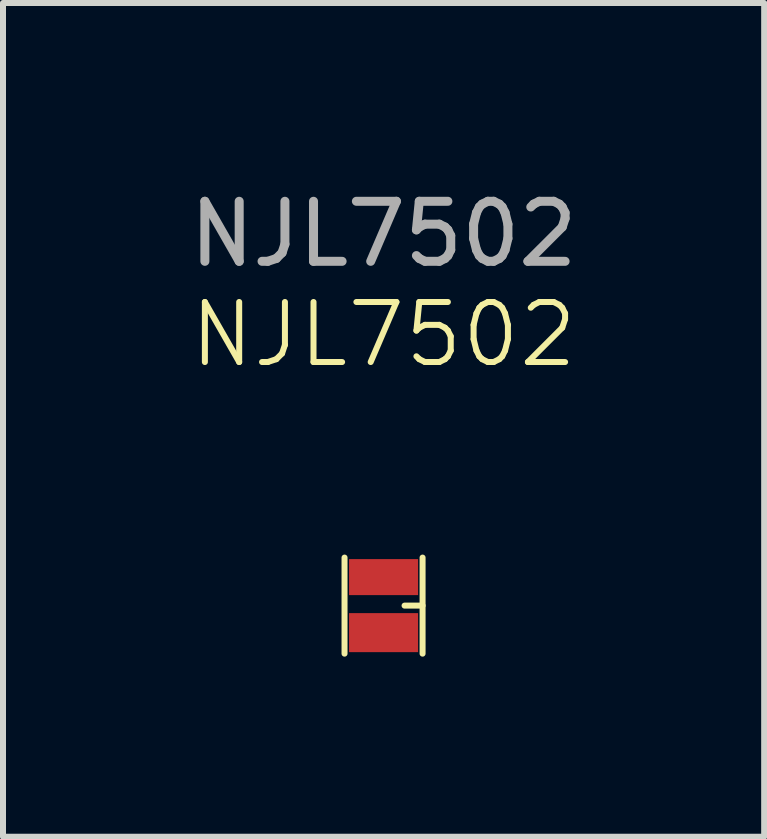
<source format=kicad_pcb>
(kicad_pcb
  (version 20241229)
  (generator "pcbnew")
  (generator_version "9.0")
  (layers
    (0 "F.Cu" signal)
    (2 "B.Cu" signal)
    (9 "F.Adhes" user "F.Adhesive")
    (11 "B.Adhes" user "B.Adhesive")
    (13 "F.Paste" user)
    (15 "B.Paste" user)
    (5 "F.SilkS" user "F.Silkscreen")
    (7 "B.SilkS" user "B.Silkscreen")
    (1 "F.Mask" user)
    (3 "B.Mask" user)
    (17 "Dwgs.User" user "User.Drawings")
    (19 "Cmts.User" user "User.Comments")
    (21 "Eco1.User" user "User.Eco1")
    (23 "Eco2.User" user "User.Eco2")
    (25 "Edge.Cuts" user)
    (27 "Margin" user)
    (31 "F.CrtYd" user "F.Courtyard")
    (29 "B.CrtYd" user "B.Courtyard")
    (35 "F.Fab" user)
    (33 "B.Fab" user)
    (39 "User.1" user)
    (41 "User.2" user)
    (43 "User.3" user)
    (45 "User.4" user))
  (footprint "NJL7502"
    (layer "F.Cu")
    (at 3.339 6.563)
    (property "Reference" "NJL7502" (at 0 -4.04 0) (unlocked yes) (layer "F.SilkS") (effects (font (size 1 1) (thickness 0.1))))
    (attr smd)
    (fp_line (start -0.65 -0.325) (end -0.65 1.275) (stroke (width 0.1) (type default)) (layer "F.SilkS"))
    (fp_line (start 0.65 -0.325) (end 0.65 1.275) (stroke (width 0.1) (type default)) (layer "F.SilkS"))
    (fp_line (start 0.65 0.475) (end 0.35 0.475) (stroke (width 0.1) (type default)) (layer "F.SilkS"))
    (fp_text user "${REFERENCE}" (at 0 -5.715 0) (unlocked yes) (layer "F.Fab") (effects (font (size 1 1) (thickness 0.15))))
    (pad "1" smd rect (at 0 0 90) (size 0.6 1.15) (layers "F.Cu" "F.Mask" "F.Paste"))
    (pad "2" smd rect (at 0 0.925 90) (size 0.65 1.15) (layers "F.Cu" "F.Mask" "F.Paste")))
  (gr_rect
    (start -3 -3)
    (end 9.679 10.888)
    (stroke (width 0.1) (type default))
    (fill no)
    (layer "Edge.Cuts")))
</source>
